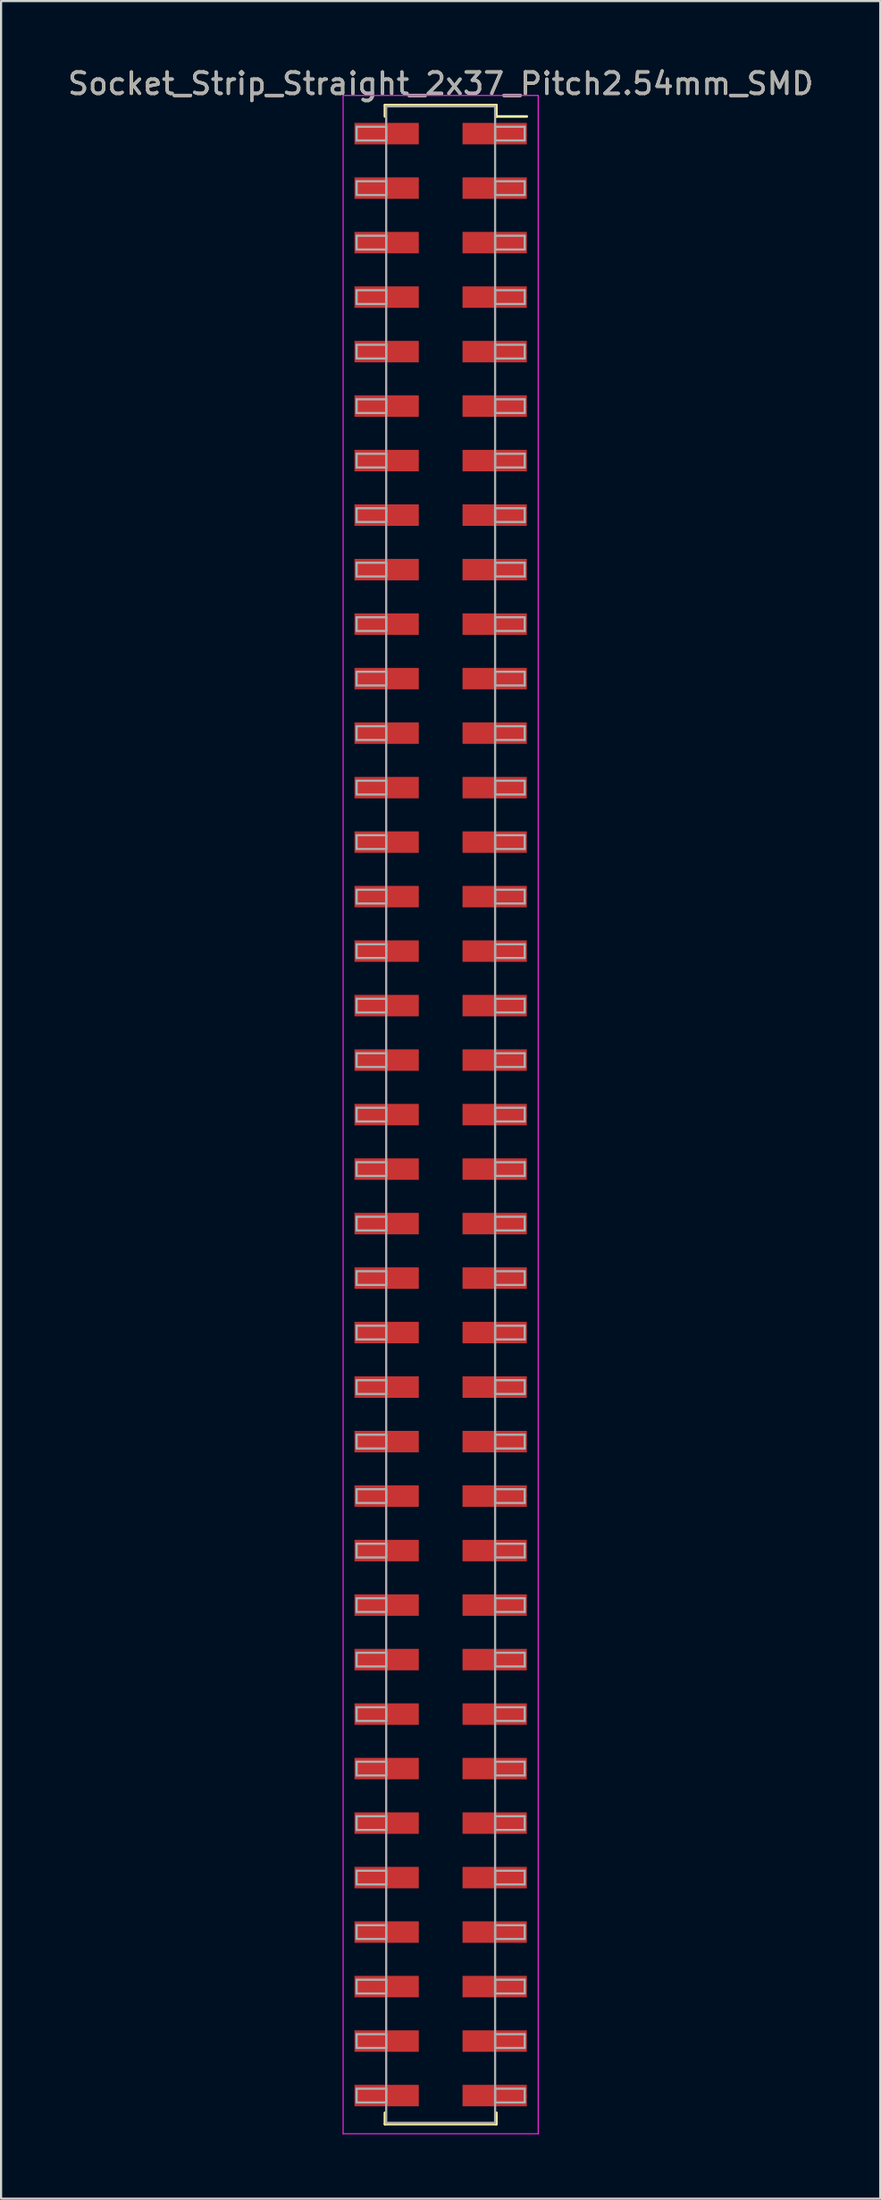
<source format=kicad_pcb>
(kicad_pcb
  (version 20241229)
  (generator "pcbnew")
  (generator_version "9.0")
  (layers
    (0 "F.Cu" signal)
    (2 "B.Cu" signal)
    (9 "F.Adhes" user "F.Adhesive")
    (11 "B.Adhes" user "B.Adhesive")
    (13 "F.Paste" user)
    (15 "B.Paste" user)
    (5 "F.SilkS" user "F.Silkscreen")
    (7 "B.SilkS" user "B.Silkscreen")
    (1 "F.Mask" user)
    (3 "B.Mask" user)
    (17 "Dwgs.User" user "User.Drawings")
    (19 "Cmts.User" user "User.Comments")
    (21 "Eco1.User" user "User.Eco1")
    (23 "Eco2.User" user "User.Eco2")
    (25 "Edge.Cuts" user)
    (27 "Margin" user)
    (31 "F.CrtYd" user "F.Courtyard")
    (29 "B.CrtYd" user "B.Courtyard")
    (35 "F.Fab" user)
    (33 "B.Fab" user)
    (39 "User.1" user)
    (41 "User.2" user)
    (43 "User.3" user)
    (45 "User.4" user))
  (footprint "Socket_Strip_Straight_2x37_Pitch2.54mm_SMD"
    (layer "F.Cu")
    (at 17.506 48.898)
    (property "Reference" "Socket_Strip_Straight_2x37_Pitch2.54mm_SMD" (at 0 -48.05 0) (layer "F.SilkS") (effects (font (size 1 1) (thickness 0.15))))
    (attr smd)
    (fp_line (start -2.6 -47.05) (end 2.6 -47.05) (stroke (width 0.12) (type solid)) (layer "F.SilkS"))
    (fp_line (start -2.6 -46.52) (end -2.6 -47.05) (stroke (width 0.12) (type solid)) (layer "F.SilkS"))
    (fp_line (start -2.6 46.52) (end -2.6 47.05) (stroke (width 0.12) (type solid)) (layer "F.SilkS"))
    (fp_line (start -2.6 47.05) (end 2.6 47.05) (stroke (width 0.12) (type solid)) (layer "F.SilkS"))
    (fp_line (start 2.6 -47.05) (end 2.6 -46.52) (stroke (width 0.12) (type solid)) (layer "F.SilkS"))
    (fp_line (start 2.6 47.05) (end 2.6 46.52) (stroke (width 0.12) (type solid)) (layer "F.SilkS"))
    (fp_line (start 4.02 -46.52) (end 2.6 -46.52) (stroke (width 0.12) (type solid)) (layer "F.SilkS"))
    (fp_line (start -4.55 -47.5) (end -4.55 47.5) (stroke (width 0.05) (type solid)) (layer "F.CrtYd"))
    (fp_line (start -4.55 47.5) (end 4.55 47.5) (stroke (width 0.05) (type solid)) (layer "F.CrtYd"))
    (fp_line (start 4.55 -47.5) (end -4.55 -47.5) (stroke (width 0.05) (type solid)) (layer "F.CrtYd"))
    (fp_line (start 4.55 47.5) (end 4.55 -47.5) (stroke (width 0.05) (type solid)) (layer "F.CrtYd"))
    (fp_line (start -3.92 -46.04) (end -2.54 -46.04) (stroke (width 0.1) (type solid)) (layer "F.Fab"))
    (fp_line (start -3.92 -45.4) (end -3.92 -46.04) (stroke (width 0.1) (type solid)) (layer "F.Fab"))
    (fp_line (start -3.92 -43.5) (end -2.54 -43.5) (stroke (width 0.1) (type solid)) (layer "F.Fab"))
    (fp_line (start -3.92 -42.86) (end -3.92 -43.5) (stroke (width 0.1) (type solid)) (layer "F.Fab"))
    (fp_line (start -3.92 -40.96) (end -2.54 -40.96) (stroke (width 0.1) (type solid)) (layer "F.Fab"))
    (fp_line (start -3.92 -40.32) (end -3.92 -40.96) (stroke (width 0.1) (type solid)) (layer "F.Fab"))
    (fp_line (start -3.92 -38.42) (end -2.54 -38.42) (stroke (width 0.1) (type solid)) (layer "F.Fab"))
    (fp_line (start -3.92 -37.78) (end -3.92 -38.42) (stroke (width 0.1) (type solid)) (layer "F.Fab"))
    (fp_line (start -3.92 -35.88) (end -2.54 -35.88) (stroke (width 0.1) (type solid)) (layer "F.Fab"))
    (fp_line (start -3.92 -35.24) (end -3.92 -35.88) (stroke (width 0.1) (type solid)) (layer "F.Fab"))
    (fp_line (start -3.92 -33.34) (end -2.54 -33.34) (stroke (width 0.1) (type solid)) (layer "F.Fab"))
    (fp_line (start -3.92 -32.7) (end -3.92 -33.34) (stroke (width 0.1) (type solid)) (layer "F.Fab"))
    (fp_line (start -3.92 -30.8) (end -2.54 -30.8) (stroke (width 0.1) (type solid)) (layer "F.Fab"))
    (fp_line (start -3.92 -30.16) (end -3.92 -30.8) (stroke (width 0.1) (type solid)) (layer "F.Fab"))
    (fp_line (start -3.92 -28.26) (end -2.54 -28.26) (stroke (width 0.1) (type solid)) (layer "F.Fab"))
    (fp_line (start -3.92 -27.62) (end -3.92 -28.26) (stroke (width 0.1) (type solid)) (layer "F.Fab"))
    (fp_line (start -3.92 -25.72) (end -2.54 -25.72) (stroke (width 0.1) (type solid)) (layer "F.Fab"))
    (fp_line (start -3.92 -25.08) (end -3.92 -25.72) (stroke (width 0.1) (type solid)) (layer "F.Fab"))
    (fp_line (start -3.92 -23.18) (end -2.54 -23.18) (stroke (width 0.1) (type solid)) (layer "F.Fab"))
    (fp_line (start -3.92 -22.54) (end -3.92 -23.18) (stroke (width 0.1) (type solid)) (layer "F.Fab"))
    (fp_line (start -3.92 -20.64) (end -2.54 -20.64) (stroke (width 0.1) (type solid)) (layer "F.Fab"))
    (fp_line (start -3.92 -20) (end -3.92 -20.64) (stroke (width 0.1) (type solid)) (layer "F.Fab"))
    (fp_line (start -3.92 -18.1) (end -2.54 -18.1) (stroke (width 0.1) (type solid)) (layer "F.Fab"))
    (fp_line (start -3.92 -17.46) (end -3.92 -18.1) (stroke (width 0.1) (type solid)) (layer "F.Fab"))
    (fp_line (start -3.92 -15.56) (end -2.54 -15.56) (stroke (width 0.1) (type solid)) (layer "F.Fab"))
    (fp_line (start -3.92 -14.92) (end -3.92 -15.56) (stroke (width 0.1) (type solid)) (layer "F.Fab"))
    (fp_line (start -3.92 -13.02) (end -2.54 -13.02) (stroke (width 0.1) (type solid)) (layer "F.Fab"))
    (fp_line (start -3.92 -12.38) (end -3.92 -13.02) (stroke (width 0.1) (type solid)) (layer "F.Fab"))
    (fp_line (start -3.92 -10.48) (end -2.54 -10.48) (stroke (width 0.1) (type solid)) (layer "F.Fab"))
    (fp_line (start -3.92 -9.84) (end -3.92 -10.48) (stroke (width 0.1) (type solid)) (layer "F.Fab"))
    (fp_line (start -3.92 -7.94) (end -2.54 -7.94) (stroke (width 0.1) (type solid)) (layer "F.Fab"))
    (fp_line (start -3.92 -7.3) (end -3.92 -7.94) (stroke (width 0.1) (type solid)) (layer "F.Fab"))
    (fp_line (start -3.92 -5.4) (end -2.54 -5.4) (stroke (width 0.1) (type solid)) (layer "F.Fab"))
    (fp_line (start -3.92 -4.76) (end -3.92 -5.4) (stroke (width 0.1) (type solid)) (layer "F.Fab"))
    (fp_line (start -3.92 -2.86) (end -2.54 -2.86) (stroke (width 0.1) (type solid)) (layer "F.Fab"))
    (fp_line (start -3.92 -2.22) (end -3.92 -2.86) (stroke (width 0.1) (type solid)) (layer "F.Fab"))
    (fp_line (start -3.92 -0.32) (end -2.54 -0.32) (stroke (width 0.1) (type solid)) (layer "F.Fab"))
    (fp_line (start -3.92 0.32) (end -3.92 -0.32) (stroke (width 0.1) (type solid)) (layer "F.Fab"))
    (fp_line (start -3.92 2.22) (end -2.54 2.22) (stroke (width 0.1) (type solid)) (layer "F.Fab"))
    (fp_line (start -3.92 2.86) (end -3.92 2.22) (stroke (width 0.1) (type solid)) (layer "F.Fab"))
    (fp_line (start -3.92 4.76) (end -2.54 4.76) (stroke (width 0.1) (type solid)) (layer "F.Fab"))
    (fp_line (start -3.92 5.4) (end -3.92 4.76) (stroke (width 0.1) (type solid)) (layer "F.Fab"))
    (fp_line (start -3.92 7.3) (end -2.54 7.3) (stroke (width 0.1) (type solid)) (layer "F.Fab"))
    (fp_line (start -3.92 7.94) (end -3.92 7.3) (stroke (width 0.1) (type solid)) (layer "F.Fab"))
    (fp_line (start -3.92 9.84) (end -2.54 9.84) (stroke (width 0.1) (type solid)) (layer "F.Fab"))
    (fp_line (start -3.92 10.48) (end -3.92 9.84) (stroke (width 0.1) (type solid)) (layer "F.Fab"))
    (fp_line (start -3.92 12.38) (end -2.54 12.38) (stroke (width 0.1) (type solid)) (layer "F.Fab"))
    (fp_line (start -3.92 13.02) (end -3.92 12.38) (stroke (width 0.1) (type solid)) (layer "F.Fab"))
    (fp_line (start -3.92 14.92) (end -2.54 14.92) (stroke (width 0.1) (type solid)) (layer "F.Fab"))
    (fp_line (start -3.92 15.56) (end -3.92 14.92) (stroke (width 0.1) (type solid)) (layer "F.Fab"))
    (fp_line (start -3.92 17.46) (end -2.54 17.46) (stroke (width 0.1) (type solid)) (layer "F.Fab"))
    (fp_line (start -3.92 18.1) (end -3.92 17.46) (stroke (width 0.1) (type solid)) (layer "F.Fab"))
    (fp_line (start -3.92 20) (end -2.54 20) (stroke (width 0.1) (type solid)) (layer "F.Fab"))
    (fp_line (start -3.92 20.64) (end -3.92 20) (stroke (width 0.1) (type solid)) (layer "F.Fab"))
    (fp_line (start -3.92 22.54) (end -2.54 22.54) (stroke (width 0.1) (type solid)) (layer "F.Fab"))
    (fp_line (start -3.92 23.18) (end -3.92 22.54) (stroke (width 0.1) (type solid)) (layer "F.Fab"))
    (fp_line (start -3.92 25.08) (end -2.54 25.08) (stroke (width 0.1) (type solid)) (layer "F.Fab"))
    (fp_line (start -3.92 25.72) (end -3.92 25.08) (stroke (width 0.1) (type solid)) (layer "F.Fab"))
    (fp_line (start -3.92 27.62) (end -2.54 27.62) (stroke (width 0.1) (type solid)) (layer "F.Fab"))
    (fp_line (start -3.92 28.26) (end -3.92 27.62) (stroke (width 0.1) (type solid)) (layer "F.Fab"))
    (fp_line (start -3.92 30.16) (end -2.54 30.16) (stroke (width 0.1) (type solid)) (layer "F.Fab"))
    (fp_line (start -3.92 30.8) (end -3.92 30.16) (stroke (width 0.1) (type solid)) (layer "F.Fab"))
    (fp_line (start -3.92 32.7) (end -2.54 32.7) (stroke (width 0.1) (type solid)) (layer "F.Fab"))
    (fp_line (start -3.92 33.34) (end -3.92 32.7) (stroke (width 0.1) (type solid)) (layer "F.Fab"))
    (fp_line (start -3.92 35.24) (end -2.54 35.24) (stroke (width 0.1) (type solid)) (layer "F.Fab"))
    (fp_line (start -3.92 35.88) (end -3.92 35.24) (stroke (width 0.1) (type solid)) (layer "F.Fab"))
    (fp_line (start -3.92 37.78) (end -2.54 37.78) (stroke (width 0.1) (type solid)) (layer "F.Fab"))
    (fp_line (start -3.92 38.42) (end -3.92 37.78) (stroke (width 0.1) (type solid)) (layer "F.Fab"))
    (fp_line (start -3.92 40.32) (end -2.54 40.32) (stroke (width 0.1) (type solid)) (layer "F.Fab"))
    (fp_line (start -3.92 40.96) (end -3.92 40.32) (stroke (width 0.1) (type solid)) (layer "F.Fab"))
    (fp_line (start -3.92 42.86) (end -2.54 42.86) (stroke (width 0.1) (type solid)) (layer "F.Fab"))
    (fp_line (start -3.92 43.5) (end -3.92 42.86) (stroke (width 0.1) (type solid)) (layer "F.Fab"))
    (fp_line (start -3.92 45.4) (end -2.54 45.4) (stroke (width 0.1) (type solid)) (layer "F.Fab"))
    (fp_line (start -3.92 46.04) (end -3.92 45.4) (stroke (width 0.1) (type solid)) (layer "F.Fab"))
    (fp_line (start -2.54 -46.99) (end -2.54 46.99) (stroke (width 0.1) (type solid)) (layer "F.Fab"))
    (fp_line (start -2.54 -46.04) (end -2.54 -45.4) (stroke (width 0.1) (type solid)) (layer "F.Fab"))
    (fp_line (start -2.54 -45.4) (end -3.92 -45.4) (stroke (width 0.1) (type solid)) (layer "F.Fab"))
    (fp_line (start -2.54 -43.5) (end -2.54 -42.86) (stroke (width 0.1) (type solid)) (layer "F.Fab"))
    (fp_line (start -2.54 -42.86) (end -3.92 -42.86) (stroke (width 0.1) (type solid)) (layer "F.Fab"))
    (fp_line (start -2.54 -40.96) (end -2.54 -40.32) (stroke (width 0.1) (type solid)) (layer "F.Fab"))
    (fp_line (start -2.54 -40.32) (end -3.92 -40.32) (stroke (width 0.1) (type solid)) (layer "F.Fab"))
    (fp_line (start -2.54 -38.42) (end -2.54 -37.78) (stroke (width 0.1) (type solid)) (layer "F.Fab"))
    (fp_line (start -2.54 -37.78) (end -3.92 -37.78) (stroke (width 0.1) (type solid)) (layer "F.Fab"))
    (fp_line (start -2.54 -35.88) (end -2.54 -35.24) (stroke (width 0.1) (type solid)) (layer "F.Fab"))
    (fp_line (start -2.54 -35.24) (end -3.92 -35.24) (stroke (width 0.1) (type solid)) (layer "F.Fab"))
    (fp_line (start -2.54 -33.34) (end -2.54 -32.7) (stroke (width 0.1) (type solid)) (layer "F.Fab"))
    (fp_line (start -2.54 -32.7) (end -3.92 -32.7) (stroke (width 0.1) (type solid)) (layer "F.Fab"))
    (fp_line (start -2.54 -30.8) (end -2.54 -30.16) (stroke (width 0.1) (type solid)) (layer "F.Fab"))
    (fp_line (start -2.54 -30.16) (end -3.92 -30.16) (stroke (width 0.1) (type solid)) (layer "F.Fab"))
    (fp_line (start -2.54 -28.26) (end -2.54 -27.62) (stroke (width 0.1) (type solid)) (layer "F.Fab"))
    (fp_line (start -2.54 -27.62) (end -3.92 -27.62) (stroke (width 0.1) (type solid)) (layer "F.Fab"))
    (fp_line (start -2.54 -25.72) (end -2.54 -25.08) (stroke (width 0.1) (type solid)) (layer "F.Fab"))
    (fp_line (start -2.54 -25.08) (end -3.92 -25.08) (stroke (width 0.1) (type solid)) (layer "F.Fab"))
    (fp_line (start -2.54 -23.18) (end -2.54 -22.54) (stroke (width 0.1) (type solid)) (layer "F.Fab"))
    (fp_line (start -2.54 -22.54) (end -3.92 -22.54) (stroke (width 0.1) (type solid)) (layer "F.Fab"))
    (fp_line (start -2.54 -20.64) (end -2.54 -20) (stroke (width 0.1) (type solid)) (layer "F.Fab"))
    (fp_line (start -2.54 -20) (end -3.92 -20) (stroke (width 0.1) (type solid)) (layer "F.Fab"))
    (fp_line (start -2.54 -18.1) (end -2.54 -17.46) (stroke (width 0.1) (type solid)) (layer "F.Fab"))
    (fp_line (start -2.54 -17.46) (end -3.92 -17.46) (stroke (width 0.1) (type solid)) (layer "F.Fab"))
    (fp_line (start -2.54 -15.56) (end -2.54 -14.92) (stroke (width 0.1) (type solid)) (layer "F.Fab"))
    (fp_line (start -2.54 -14.92) (end -3.92 -14.92) (stroke (width 0.1) (type solid)) (layer "F.Fab"))
    (fp_line (start -2.54 -13.02) (end -2.54 -12.38) (stroke (width 0.1) (type solid)) (layer "F.Fab"))
    (fp_line (start -2.54 -12.38) (end -3.92 -12.38) (stroke (width 0.1) (type solid)) (layer "F.Fab"))
    (fp_line (start -2.54 -10.48) (end -2.54 -9.84) (stroke (width 0.1) (type solid)) (layer "F.Fab"))
    (fp_line (start -2.54 -9.84) (end -3.92 -9.84) (stroke (width 0.1) (type solid)) (layer "F.Fab"))
    (fp_line (start -2.54 -7.94) (end -2.54 -7.3) (stroke (width 0.1) (type solid)) (layer "F.Fab"))
    (fp_line (start -2.54 -7.3) (end -3.92 -7.3) (stroke (width 0.1) (type solid)) (layer "F.Fab"))
    (fp_line (start -2.54 -5.4) (end -2.54 -4.76) (stroke (width 0.1) (type solid)) (layer "F.Fab"))
    (fp_line (start -2.54 -4.76) (end -3.92 -4.76) (stroke (width 0.1) (type solid)) (layer "F.Fab"))
    (fp_line (start -2.54 -2.86) (end -2.54 -2.22) (stroke (width 0.1) (type solid)) (layer "F.Fab"))
    (fp_line (start -2.54 -2.22) (end -3.92 -2.22) (stroke (width 0.1) (type solid)) (layer "F.Fab"))
    (fp_line (start -2.54 -0.32) (end -2.54 0.32) (stroke (width 0.1) (type solid)) (layer "F.Fab"))
    (fp_line (start -2.54 0.32) (end -3.92 0.32) (stroke (width 0.1) (type solid)) (layer "F.Fab"))
    (fp_line (start -2.54 2.22) (end -2.54 2.86) (stroke (width 0.1) (type solid)) (layer "F.Fab"))
    (fp_line (start -2.54 2.86) (end -3.92 2.86) (stroke (width 0.1) (type solid)) (layer "F.Fab"))
    (fp_line (start -2.54 4.76) (end -2.54 5.4) (stroke (width 0.1) (type solid)) (layer "F.Fab"))
    (fp_line (start -2.54 5.4) (end -3.92 5.4) (stroke (width 0.1) (type solid)) (layer "F.Fab"))
    (fp_line (start -2.54 7.3) (end -2.54 7.94) (stroke (width 0.1) (type solid)) (layer "F.Fab"))
    (fp_line (start -2.54 7.94) (end -3.92 7.94) (stroke (width 0.1) (type solid)) (layer "F.Fab"))
    (fp_line (start -2.54 9.84) (end -2.54 10.48) (stroke (width 0.1) (type solid)) (layer "F.Fab"))
    (fp_line (start -2.54 10.48) (end -3.92 10.48) (stroke (width 0.1) (type solid)) (layer "F.Fab"))
    (fp_line (start -2.54 12.38) (end -2.54 13.02) (stroke (width 0.1) (type solid)) (layer "F.Fab"))
    (fp_line (start -2.54 13.02) (end -3.92 13.02) (stroke (width 0.1) (type solid)) (layer "F.Fab"))
    (fp_line (start -2.54 14.92) (end -2.54 15.56) (stroke (width 0.1) (type solid)) (layer "F.Fab"))
    (fp_line (start -2.54 15.56) (end -3.92 15.56) (stroke (width 0.1) (type solid)) (layer "F.Fab"))
    (fp_line (start -2.54 17.46) (end -2.54 18.1) (stroke (width 0.1) (type solid)) (layer "F.Fab"))
    (fp_line (start -2.54 18.1) (end -3.92 18.1) (stroke (width 0.1) (type solid)) (layer "F.Fab"))
    (fp_line (start -2.54 20) (end -2.54 20.64) (stroke (width 0.1) (type solid)) (layer "F.Fab"))
    (fp_line (start -2.54 20.64) (end -3.92 20.64) (stroke (width 0.1) (type solid)) (layer "F.Fab"))
    (fp_line (start -2.54 22.54) (end -2.54 23.18) (stroke (width 0.1) (type solid)) (layer "F.Fab"))
    (fp_line (start -2.54 23.18) (end -3.92 23.18) (stroke (width 0.1) (type solid)) (layer "F.Fab"))
    (fp_line (start -2.54 25.08) (end -2.54 25.72) (stroke (width 0.1) (type solid)) (layer "F.Fab"))
    (fp_line (start -2.54 25.72) (end -3.92 25.72) (stroke (width 0.1) (type solid)) (layer "F.Fab"))
    (fp_line (start -2.54 27.62) (end -2.54 28.26) (stroke (width 0.1) (type solid)) (layer "F.Fab"))
    (fp_line (start -2.54 28.26) (end -3.92 28.26) (stroke (width 0.1) (type solid)) (layer "F.Fab"))
    (fp_line (start -2.54 30.16) (end -2.54 30.8) (stroke (width 0.1) (type solid)) (layer "F.Fab"))
    (fp_line (start -2.54 30.8) (end -3.92 30.8) (stroke (width 0.1) (type solid)) (layer "F.Fab"))
    (fp_line (start -2.54 32.7) (end -2.54 33.34) (stroke (width 0.1) (type solid)) (layer "F.Fab"))
    (fp_line (start -2.54 33.34) (end -3.92 33.34) (stroke (width 0.1) (type solid)) (layer "F.Fab"))
    (fp_line (start -2.54 35.24) (end -2.54 35.88) (stroke (width 0.1) (type solid)) (layer "F.Fab"))
    (fp_line (start -2.54 35.88) (end -3.92 35.88) (stroke (width 0.1) (type solid)) (layer "F.Fab"))
    (fp_line (start -2.54 37.78) (end -2.54 38.42) (stroke (width 0.1) (type solid)) (layer "F.Fab"))
    (fp_line (start -2.54 38.42) (end -3.92 38.42) (stroke (width 0.1) (type solid)) (layer "F.Fab"))
    (fp_line (start -2.54 40.32) (end -2.54 40.96) (stroke (width 0.1) (type solid)) (layer "F.Fab"))
    (fp_line (start -2.54 40.96) (end -3.92 40.96) (stroke (width 0.1) (type solid)) (layer "F.Fab"))
    (fp_line (start -2.54 42.86) (end -2.54 43.5) (stroke (width 0.1) (type solid)) (layer "F.Fab"))
    (fp_line (start -2.54 43.5) (end -3.92 43.5) (stroke (width 0.1) (type solid)) (layer "F.Fab"))
    (fp_line (start -2.54 45.4) (end -2.54 46.04) (stroke (width 0.1) (type solid)) (layer "F.Fab"))
    (fp_line (start -2.54 46.04) (end -3.92 46.04) (stroke (width 0.1) (type solid)) (layer "F.Fab"))
    (fp_line (start -2.54 46.99) (end 2.54 46.99) (stroke (width 0.1) (type solid)) (layer "F.Fab"))
    (fp_line (start 2.54 -46.99) (end -2.54 -46.99) (stroke (width 0.1) (type solid)) (layer "F.Fab"))
    (fp_line (start 2.54 -46.04) (end 2.54 -45.4) (stroke (width 0.1) (type solid)) (layer "F.Fab"))
    (fp_line (start 2.54 -45.4) (end 3.92 -45.4) (stroke (width 0.1) (type solid)) (layer "F.Fab"))
    (fp_line (start 2.54 -43.5) (end 2.54 -42.86) (stroke (width 0.1) (type solid)) (layer "F.Fab"))
    (fp_line (start 2.54 -42.86) (end 3.92 -42.86) (stroke (width 0.1) (type solid)) (layer "F.Fab"))
    (fp_line (start 2.54 -40.96) (end 2.54 -40.32) (stroke (width 0.1) (type solid)) (layer "F.Fab"))
    (fp_line (start 2.54 -40.32) (end 3.92 -40.32) (stroke (width 0.1) (type solid)) (layer "F.Fab"))
    (fp_line (start 2.54 -38.42) (end 2.54 -37.78) (stroke (width 0.1) (type solid)) (layer "F.Fab"))
    (fp_line (start 2.54 -37.78) (end 3.92 -37.78) (stroke (width 0.1) (type solid)) (layer "F.Fab"))
    (fp_line (start 2.54 -35.88) (end 2.54 -35.24) (stroke (width 0.1) (type solid)) (layer "F.Fab"))
    (fp_line (start 2.54 -35.24) (end 3.92 -35.24) (stroke (width 0.1) (type solid)) (layer "F.Fab"))
    (fp_line (start 2.54 -33.34) (end 2.54 -32.7) (stroke (width 0.1) (type solid)) (layer "F.Fab"))
    (fp_line (start 2.54 -32.7) (end 3.92 -32.7) (stroke (width 0.1) (type solid)) (layer "F.Fab"))
    (fp_line (start 2.54 -30.8) (end 2.54 -30.16) (stroke (width 0.1) (type solid)) (layer "F.Fab"))
    (fp_line (start 2.54 -30.16) (end 3.92 -30.16) (stroke (width 0.1) (type solid)) (layer "F.Fab"))
    (fp_line (start 2.54 -28.26) (end 2.54 -27.62) (stroke (width 0.1) (type solid)) (layer "F.Fab"))
    (fp_line (start 2.54 -27.62) (end 3.92 -27.62) (stroke (width 0.1) (type solid)) (layer "F.Fab"))
    (fp_line (start 2.54 -25.72) (end 2.54 -25.08) (stroke (width 0.1) (type solid)) (layer "F.Fab"))
    (fp_line (start 2.54 -25.08) (end 3.92 -25.08) (stroke (width 0.1) (type solid)) (layer "F.Fab"))
    (fp_line (start 2.54 -23.18) (end 2.54 -22.54) (stroke (width 0.1) (type solid)) (layer "F.Fab"))
    (fp_line (start 2.54 -22.54) (end 3.92 -22.54) (stroke (width 0.1) (type solid)) (layer "F.Fab"))
    (fp_line (start 2.54 -20.64) (end 2.54 -20) (stroke (width 0.1) (type solid)) (layer "F.Fab"))
    (fp_line (start 2.54 -20) (end 3.92 -20) (stroke (width 0.1) (type solid)) (layer "F.Fab"))
    (fp_line (start 2.54 -18.1) (end 2.54 -17.46) (stroke (width 0.1) (type solid)) (layer "F.Fab"))
    (fp_line (start 2.54 -17.46) (end 3.92 -17.46) (stroke (width 0.1) (type solid)) (layer "F.Fab"))
    (fp_line (start 2.54 -15.56) (end 2.54 -14.92) (stroke (width 0.1) (type solid)) (layer "F.Fab"))
    (fp_line (start 2.54 -14.92) (end 3.92 -14.92) (stroke (width 0.1) (type solid)) (layer "F.Fab"))
    (fp_line (start 2.54 -13.02) (end 2.54 -12.38) (stroke (width 0.1) (type solid)) (layer "F.Fab"))
    (fp_line (start 2.54 -12.38) (end 3.92 -12.38) (stroke (width 0.1) (type solid)) (layer "F.Fab"))
    (fp_line (start 2.54 -10.48) (end 2.54 -9.84) (stroke (width 0.1) (type solid)) (layer "F.Fab"))
    (fp_line (start 2.54 -9.84) (end 3.92 -9.84) (stroke (width 0.1) (type solid)) (layer "F.Fab"))
    (fp_line (start 2.54 -7.94) (end 2.54 -7.3) (stroke (width 0.1) (type solid)) (layer "F.Fab"))
    (fp_line (start 2.54 -7.3) (end 3.92 -7.3) (stroke (width 0.1) (type solid)) (layer "F.Fab"))
    (fp_line (start 2.54 -5.4) (end 2.54 -4.76) (stroke (width 0.1) (type solid)) (layer "F.Fab"))
    (fp_line (start 2.54 -4.76) (end 3.92 -4.76) (stroke (width 0.1) (type solid)) (layer "F.Fab"))
    (fp_line (start 2.54 -2.86) (end 2.54 -2.22) (stroke (width 0.1) (type solid)) (layer "F.Fab"))
    (fp_line (start 2.54 -2.22) (end 3.92 -2.22) (stroke (width 0.1) (type solid)) (layer "F.Fab"))
    (fp_line (start 2.54 -0.32) (end 2.54 0.32) (stroke (width 0.1) (type solid)) (layer "F.Fab"))
    (fp_line (start 2.54 0.32) (end 3.92 0.32) (stroke (width 0.1) (type solid)) (layer "F.Fab"))
    (fp_line (start 2.54 2.22) (end 2.54 2.86) (stroke (width 0.1) (type solid)) (layer "F.Fab"))
    (fp_line (start 2.54 2.86) (end 3.92 2.86) (stroke (width 0.1) (type solid)) (layer "F.Fab"))
    (fp_line (start 2.54 4.76) (end 2.54 5.4) (stroke (width 0.1) (type solid)) (layer "F.Fab"))
    (fp_line (start 2.54 5.4) (end 3.92 5.4) (stroke (width 0.1) (type solid)) (layer "F.Fab"))
    (fp_line (start 2.54 7.3) (end 2.54 7.94) (stroke (width 0.1) (type solid)) (layer "F.Fab"))
    (fp_line (start 2.54 7.94) (end 3.92 7.94) (stroke (width 0.1) (type solid)) (layer "F.Fab"))
    (fp_line (start 2.54 9.84) (end 2.54 10.48) (stroke (width 0.1) (type solid)) (layer "F.Fab"))
    (fp_line (start 2.54 10.48) (end 3.92 10.48) (stroke (width 0.1) (type solid)) (layer "F.Fab"))
    (fp_line (start 2.54 12.38) (end 2.54 13.02) (stroke (width 0.1) (type solid)) (layer "F.Fab"))
    (fp_line (start 2.54 13.02) (end 3.92 13.02) (stroke (width 0.1) (type solid)) (layer "F.Fab"))
    (fp_line (start 2.54 14.92) (end 2.54 15.56) (stroke (width 0.1) (type solid)) (layer "F.Fab"))
    (fp_line (start 2.54 15.56) (end 3.92 15.56) (stroke (width 0.1) (type solid)) (layer "F.Fab"))
    (fp_line (start 2.54 17.46) (end 2.54 18.1) (stroke (width 0.1) (type solid)) (layer "F.Fab"))
    (fp_line (start 2.54 18.1) (end 3.92 18.1) (stroke (width 0.1) (type solid)) (layer "F.Fab"))
    (fp_line (start 2.54 20) (end 2.54 20.64) (stroke (width 0.1) (type solid)) (layer "F.Fab"))
    (fp_line (start 2.54 20.64) (end 3.92 20.64) (stroke (width 0.1) (type solid)) (layer "F.Fab"))
    (fp_line (start 2.54 22.54) (end 2.54 23.18) (stroke (width 0.1) (type solid)) (layer "F.Fab"))
    (fp_line (start 2.54 23.18) (end 3.92 23.18) (stroke (width 0.1) (type solid)) (layer "F.Fab"))
    (fp_line (start 2.54 25.08) (end 2.54 25.72) (stroke (width 0.1) (type solid)) (layer "F.Fab"))
    (fp_line (start 2.54 25.72) (end 3.92 25.72) (stroke (width 0.1) (type solid)) (layer "F.Fab"))
    (fp_line (start 2.54 27.62) (end 2.54 28.26) (stroke (width 0.1) (type solid)) (layer "F.Fab"))
    (fp_line (start 2.54 28.26) (end 3.92 28.26) (stroke (width 0.1) (type solid)) (layer "F.Fab"))
    (fp_line (start 2.54 30.16) (end 2.54 30.8) (stroke (width 0.1) (type solid)) (layer "F.Fab"))
    (fp_line (start 2.54 30.8) (end 3.92 30.8) (stroke (width 0.1) (type solid)) (layer "F.Fab"))
    (fp_line (start 2.54 32.7) (end 2.54 33.34) (stroke (width 0.1) (type solid)) (layer "F.Fab"))
    (fp_line (start 2.54 33.34) (end 3.92 33.34) (stroke (width 0.1) (type solid)) (layer "F.Fab"))
    (fp_line (start 2.54 35.24) (end 2.54 35.88) (stroke (width 0.1) (type solid)) (layer "F.Fab"))
    (fp_line (start 2.54 35.88) (end 3.92 35.88) (stroke (width 0.1) (type solid)) (layer "F.Fab"))
    (fp_line (start 2.54 37.78) (end 2.54 38.42) (stroke (width 0.1) (type solid)) (layer "F.Fab"))
    (fp_line (start 2.54 38.42) (end 3.92 38.42) (stroke (width 0.1) (type solid)) (layer "F.Fab"))
    (fp_line (start 2.54 40.32) (end 2.54 40.96) (stroke (width 0.1) (type solid)) (layer "F.Fab"))
    (fp_line (start 2.54 40.96) (end 3.92 40.96) (stroke (width 0.1) (type solid)) (layer "F.Fab"))
    (fp_line (start 2.54 42.86) (end 2.54 43.5) (stroke (width 0.1) (type solid)) (layer "F.Fab"))
    (fp_line (start 2.54 43.5) (end 3.92 43.5) (stroke (width 0.1) (type solid)) (layer "F.Fab"))
    (fp_line (start 2.54 45.4) (end 2.54 46.04) (stroke (width 0.1) (type solid)) (layer "F.Fab"))
    (fp_line (start 2.54 46.04) (end 3.92 46.04) (stroke (width 0.1) (type solid)) (layer "F.Fab"))
    (fp_line (start 2.54 46.99) (end 2.54 -46.99) (stroke (width 0.1) (type solid)) (layer "F.Fab"))
    (fp_line (start 3.92 -46.04) (end 2.54 -46.04) (stroke (width 0.1) (type solid)) (layer "F.Fab"))
    (fp_line (start 3.92 -45.4) (end 3.92 -46.04) (stroke (width 0.1) (type solid)) (layer "F.Fab"))
    (fp_line (start 3.92 -43.5) (end 2.54 -43.5) (stroke (width 0.1) (type solid)) (layer "F.Fab"))
    (fp_line (start 3.92 -42.86) (end 3.92 -43.5) (stroke (width 0.1) (type solid)) (layer "F.Fab"))
    (fp_line (start 3.92 -40.96) (end 2.54 -40.96) (stroke (width 0.1) (type solid)) (layer "F.Fab"))
    (fp_line (start 3.92 -40.32) (end 3.92 -40.96) (stroke (width 0.1) (type solid)) (layer "F.Fab"))
    (fp_line (start 3.92 -38.42) (end 2.54 -38.42) (stroke (width 0.1) (type solid)) (layer "F.Fab"))
    (fp_line (start 3.92 -37.78) (end 3.92 -38.42) (stroke (width 0.1) (type solid)) (layer "F.Fab"))
    (fp_line (start 3.92 -35.88) (end 2.54 -35.88) (stroke (width 0.1) (type solid)) (layer "F.Fab"))
    (fp_line (start 3.92 -35.24) (end 3.92 -35.88) (stroke (width 0.1) (type solid)) (layer "F.Fab"))
    (fp_line (start 3.92 -33.34) (end 2.54 -33.34) (stroke (width 0.1) (type solid)) (layer "F.Fab"))
    (fp_line (start 3.92 -32.7) (end 3.92 -33.34) (stroke (width 0.1) (type solid)) (layer "F.Fab"))
    (fp_line (start 3.92 -30.8) (end 2.54 -30.8) (stroke (width 0.1) (type solid)) (layer "F.Fab"))
    (fp_line (start 3.92 -30.16) (end 3.92 -30.8) (stroke (width 0.1) (type solid)) (layer "F.Fab"))
    (fp_line (start 3.92 -28.26) (end 2.54 -28.26) (stroke (width 0.1) (type solid)) (layer "F.Fab"))
    (fp_line (start 3.92 -27.62) (end 3.92 -28.26) (stroke (width 0.1) (type solid)) (layer "F.Fab"))
    (fp_line (start 3.92 -25.72) (end 2.54 -25.72) (stroke (width 0.1) (type solid)) (layer "F.Fab"))
    (fp_line (start 3.92 -25.08) (end 3.92 -25.72) (stroke (width 0.1) (type solid)) (layer "F.Fab"))
    (fp_line (start 3.92 -23.18) (end 2.54 -23.18) (stroke (width 0.1) (type solid)) (layer "F.Fab"))
    (fp_line (start 3.92 -22.54) (end 3.92 -23.18) (stroke (width 0.1) (type solid)) (layer "F.Fab"))
    (fp_line (start 3.92 -20.64) (end 2.54 -20.64) (stroke (width 0.1) (type solid)) (layer "F.Fab"))
    (fp_line (start 3.92 -20) (end 3.92 -20.64) (stroke (width 0.1) (type solid)) (layer "F.Fab"))
    (fp_line (start 3.92 -18.1) (end 2.54 -18.1) (stroke (width 0.1) (type solid)) (layer "F.Fab"))
    (fp_line (start 3.92 -17.46) (end 3.92 -18.1) (stroke (width 0.1) (type solid)) (layer "F.Fab"))
    (fp_line (start 3.92 -15.56) (end 2.54 -15.56) (stroke (width 0.1) (type solid)) (layer "F.Fab"))
    (fp_line (start 3.92 -14.92) (end 3.92 -15.56) (stroke (width 0.1) (type solid)) (layer "F.Fab"))
    (fp_line (start 3.92 -13.02) (end 2.54 -13.02) (stroke (width 0.1) (type solid)) (layer "F.Fab"))
    (fp_line (start 3.92 -12.38) (end 3.92 -13.02) (stroke (width 0.1) (type solid)) (layer "F.Fab"))
    (fp_line (start 3.92 -10.48) (end 2.54 -10.48) (stroke (width 0.1) (type solid)) (layer "F.Fab"))
    (fp_line (start 3.92 -9.84) (end 3.92 -10.48) (stroke (width 0.1) (type solid)) (layer "F.Fab"))
    (fp_line (start 3.92 -7.94) (end 2.54 -7.94) (stroke (width 0.1) (type solid)) (layer "F.Fab"))
    (fp_line (start 3.92 -7.3) (end 3.92 -7.94) (stroke (width 0.1) (type solid)) (layer "F.Fab"))
    (fp_line (start 3.92 -5.4) (end 2.54 -5.4) (stroke (width 0.1) (type solid)) (layer "F.Fab"))
    (fp_line (start 3.92 -4.76) (end 3.92 -5.4) (stroke (width 0.1) (type solid)) (layer "F.Fab"))
    (fp_line (start 3.92 -2.86) (end 2.54 -2.86) (stroke (width 0.1) (type solid)) (layer "F.Fab"))
    (fp_line (start 3.92 -2.22) (end 3.92 -2.86) (stroke (width 0.1) (type solid)) (layer "F.Fab"))
    (fp_line (start 3.92 -0.32) (end 2.54 -0.32) (stroke (width 0.1) (type solid)) (layer "F.Fab"))
    (fp_line (start 3.92 0.32) (end 3.92 -0.32) (stroke (width 0.1) (type solid)) (layer "F.Fab"))
    (fp_line (start 3.92 2.22) (end 2.54 2.22) (stroke (width 0.1) (type solid)) (layer "F.Fab"))
    (fp_line (start 3.92 2.86) (end 3.92 2.22) (stroke (width 0.1) (type solid)) (layer "F.Fab"))
    (fp_line (start 3.92 4.76) (end 2.54 4.76) (stroke (width 0.1) (type solid)) (layer "F.Fab"))
    (fp_line (start 3.92 5.4) (end 3.92 4.76) (stroke (width 0.1) (type solid)) (layer "F.Fab"))
    (fp_line (start 3.92 7.3) (end 2.54 7.3) (stroke (width 0.1) (type solid)) (layer "F.Fab"))
    (fp_line (start 3.92 7.94) (end 3.92 7.3) (stroke (width 0.1) (type solid)) (layer "F.Fab"))
    (fp_line (start 3.92 9.84) (end 2.54 9.84) (stroke (width 0.1) (type solid)) (layer "F.Fab"))
    (fp_line (start 3.92 10.48) (end 3.92 9.84) (stroke (width 0.1) (type solid)) (layer "F.Fab"))
    (fp_line (start 3.92 12.38) (end 2.54 12.38) (stroke (width 0.1) (type solid)) (layer "F.Fab"))
    (fp_line (start 3.92 13.02) (end 3.92 12.38) (stroke (width 0.1) (type solid)) (layer "F.Fab"))
    (fp_line (start 3.92 14.92) (end 2.54 14.92) (stroke (width 0.1) (type solid)) (layer "F.Fab"))
    (fp_line (start 3.92 15.56) (end 3.92 14.92) (stroke (width 0.1) (type solid)) (layer "F.Fab"))
    (fp_line (start 3.92 17.46) (end 2.54 17.46) (stroke (width 0.1) (type solid)) (layer "F.Fab"))
    (fp_line (start 3.92 18.1) (end 3.92 17.46) (stroke (width 0.1) (type solid)) (layer "F.Fab"))
    (fp_line (start 3.92 20) (end 2.54 20) (stroke (width 0.1) (type solid)) (layer "F.Fab"))
    (fp_line (start 3.92 20.64) (end 3.92 20) (stroke (width 0.1) (type solid)) (layer "F.Fab"))
    (fp_line (start 3.92 22.54) (end 2.54 22.54) (stroke (width 0.1) (type solid)) (layer "F.Fab"))
    (fp_line (start 3.92 23.18) (end 3.92 22.54) (stroke (width 0.1) (type solid)) (layer "F.Fab"))
    (fp_line (start 3.92 25.08) (end 2.54 25.08) (stroke (width 0.1) (type solid)) (layer "F.Fab"))
    (fp_line (start 3.92 25.72) (end 3.92 25.08) (stroke (width 0.1) (type solid)) (layer "F.Fab"))
    (fp_line (start 3.92 27.62) (end 2.54 27.62) (stroke (width 0.1) (type solid)) (layer "F.Fab"))
    (fp_line (start 3.92 28.26) (end 3.92 27.62) (stroke (width 0.1) (type solid)) (layer "F.Fab"))
    (fp_line (start 3.92 30.16) (end 2.54 30.16) (stroke (width 0.1) (type solid)) (layer "F.Fab"))
    (fp_line (start 3.92 30.8) (end 3.92 30.16) (stroke (width 0.1) (type solid)) (layer "F.Fab"))
    (fp_line (start 3.92 32.7) (end 2.54 32.7) (stroke (width 0.1) (type solid)) (layer "F.Fab"))
    (fp_line (start 3.92 33.34) (end 3.92 32.7) (stroke (width 0.1) (type solid)) (layer "F.Fab"))
    (fp_line (start 3.92 35.24) (end 2.54 35.24) (stroke (width 0.1) (type solid)) (layer "F.Fab"))
    (fp_line (start 3.92 35.88) (end 3.92 35.24) (stroke (width 0.1) (type solid)) (layer "F.Fab"))
    (fp_line (start 3.92 37.78) (end 2.54 37.78) (stroke (width 0.1) (type solid)) (layer "F.Fab"))
    (fp_line (start 3.92 38.42) (end 3.92 37.78) (stroke (width 0.1) (type solid)) (layer "F.Fab"))
    (fp_line (start 3.92 40.32) (end 2.54 40.32) (stroke (width 0.1) (type solid)) (layer "F.Fab"))
    (fp_line (start 3.92 40.96) (end 3.92 40.32) (stroke (width 0.1) (type solid)) (layer "F.Fab"))
    (fp_line (start 3.92 42.86) (end 2.54 42.86) (stroke (width 0.1) (type solid)) (layer "F.Fab"))
    (fp_line (start 3.92 43.5) (end 3.92 42.86) (stroke (width 0.1) (type solid)) (layer "F.Fab"))
    (fp_line (start 3.92 45.4) (end 2.54 45.4) (stroke (width 0.1) (type solid)) (layer "F.Fab"))
    (fp_line (start 3.92 46.04) (end 3.92 45.4) (stroke (width 0.1) (type solid)) (layer "F.Fab"))
    (fp_text user "${REFERENCE}" (at 0 -48.05 0) (layer "F.Fab") (effects (font (size 1 1) (thickness 0.15))))
    (pad "1" smd rect (at 2.52 -45.72) (size 3 1) (layers "F.Cu" "F.Mask" "F.Paste"))
    (pad "2" smd rect (at -2.52 -45.72) (size 3 1) (layers "F.Cu" "F.Mask" "F.Paste"))
    (pad "3" smd rect (at 2.52 -43.18) (size 3 1) (layers "F.Cu" "F.Mask" "F.Paste"))
    (pad "4" smd rect (at -2.52 -43.18) (size 3 1) (layers "F.Cu" "F.Mask" "F.Paste"))
    (pad "5" smd rect (at 2.52 -40.64) (size 3 1) (layers "F.Cu" "F.Mask" "F.Paste"))
    (pad "6" smd rect (at -2.52 -40.64) (size 3 1) (layers "F.Cu" "F.Mask" "F.Paste"))
    (pad "7" smd rect (at 2.52 -38.1) (size 3 1) (layers "F.Cu" "F.Mask" "F.Paste"))
    (pad "8" smd rect (at -2.52 -38.1) (size 3 1) (layers "F.Cu" "F.Mask" "F.Paste"))
    (pad "9" smd rect (at 2.52 -35.56) (size 3 1) (layers "F.Cu" "F.Mask" "F.Paste"))
    (pad "10" smd rect (at -2.52 -35.56) (size 3 1) (layers "F.Cu" "F.Mask" "F.Paste"))
    (pad "11" smd rect (at 2.52 -33.02) (size 3 1) (layers "F.Cu" "F.Mask" "F.Paste"))
    (pad "12" smd rect (at -2.52 -33.02) (size 3 1) (layers "F.Cu" "F.Mask" "F.Paste"))
    (pad "13" smd rect (at 2.52 -30.48) (size 3 1) (layers "F.Cu" "F.Mask" "F.Paste"))
    (pad "14" smd rect (at -2.52 -30.48) (size 3 1) (layers "F.Cu" "F.Mask" "F.Paste"))
    (pad "15" smd rect (at 2.52 -27.94) (size 3 1) (layers "F.Cu" "F.Mask" "F.Paste"))
    (pad "16" smd rect (at -2.52 -27.94) (size 3 1) (layers "F.Cu" "F.Mask" "F.Paste"))
    (pad "17" smd rect (at 2.52 -25.4) (size 3 1) (layers "F.Cu" "F.Mask" "F.Paste"))
    (pad "18" smd rect (at -2.52 -25.4) (size 3 1) (layers "F.Cu" "F.Mask" "F.Paste"))
    (pad "19" smd rect (at 2.52 -22.86) (size 3 1) (layers "F.Cu" "F.Mask" "F.Paste"))
    (pad "20" smd rect (at -2.52 -22.86) (size 3 1) (layers "F.Cu" "F.Mask" "F.Paste"))
    (pad "21" smd rect (at 2.52 -20.32) (size 3 1) (layers "F.Cu" "F.Mask" "F.Paste"))
    (pad "22" smd rect (at -2.52 -20.32) (size 3 1) (layers "F.Cu" "F.Mask" "F.Paste"))
    (pad "23" smd rect (at 2.52 -17.78) (size 3 1) (layers "F.Cu" "F.Mask" "F.Paste"))
    (pad "24" smd rect (at -2.52 -17.78) (size 3 1) (layers "F.Cu" "F.Mask" "F.Paste"))
    (pad "25" smd rect (at 2.52 -15.24) (size 3 1) (layers "F.Cu" "F.Mask" "F.Paste"))
    (pad "26" smd rect (at -2.52 -15.24) (size 3 1) (layers "F.Cu" "F.Mask" "F.Paste"))
    (pad "27" smd rect (at 2.52 -12.7) (size 3 1) (layers "F.Cu" "F.Mask" "F.Paste"))
    (pad "28" smd rect (at -2.52 -12.7) (size 3 1) (layers "F.Cu" "F.Mask" "F.Paste"))
    (pad "29" smd rect (at 2.52 -10.16) (size 3 1) (layers "F.Cu" "F.Mask" "F.Paste"))
    (pad "30" smd rect (at -2.52 -10.16) (size 3 1) (layers "F.Cu" "F.Mask" "F.Paste"))
    (pad "31" smd rect (at 2.52 -7.62) (size 3 1) (layers "F.Cu" "F.Mask" "F.Paste"))
    (pad "32" smd rect (at -2.52 -7.62) (size 3 1) (layers "F.Cu" "F.Mask" "F.Paste"))
    (pad "33" smd rect (at 2.52 -5.08) (size 3 1) (layers "F.Cu" "F.Mask" "F.Paste"))
    (pad "34" smd rect (at -2.52 -5.08) (size 3 1) (layers "F.Cu" "F.Mask" "F.Paste"))
    (pad "35" smd rect (at 2.52 -2.54) (size 3 1) (layers "F.Cu" "F.Mask" "F.Paste"))
    (pad "36" smd rect (at -2.52 -2.54) (size 3 1) (layers "F.Cu" "F.Mask" "F.Paste"))
    (pad "37" smd rect (at 2.52 0) (size 3 1) (layers "F.Cu" "F.Mask" "F.Paste"))
    (pad "38" smd rect (at -2.52 0) (size 3 1) (layers "F.Cu" "F.Mask" "F.Paste"))
    (pad "39" smd rect (at 2.52 2.54) (size 3 1) (layers "F.Cu" "F.Mask" "F.Paste"))
    (pad "40" smd rect (at -2.52 2.54) (size 3 1) (layers "F.Cu" "F.Mask" "F.Paste"))
    (pad "41" smd rect (at 2.52 5.08) (size 3 1) (layers "F.Cu" "F.Mask" "F.Paste"))
    (pad "42" smd rect (at -2.52 5.08) (size 3 1) (layers "F.Cu" "F.Mask" "F.Paste"))
    (pad "43" smd rect (at 2.52 7.62) (size 3 1) (layers "F.Cu" "F.Mask" "F.Paste"))
    (pad "44" smd rect (at -2.52 7.62) (size 3 1) (layers "F.Cu" "F.Mask" "F.Paste"))
    (pad "45" smd rect (at 2.52 10.16) (size 3 1) (layers "F.Cu" "F.Mask" "F.Paste"))
    (pad "46" smd rect (at -2.52 10.16) (size 3 1) (layers "F.Cu" "F.Mask" "F.Paste"))
    (pad "47" smd rect (at 2.52 12.7) (size 3 1) (layers "F.Cu" "F.Mask" "F.Paste"))
    (pad "48" smd rect (at -2.52 12.7) (size 3 1) (layers "F.Cu" "F.Mask" "F.Paste"))
    (pad "49" smd rect (at 2.52 15.24) (size 3 1) (layers "F.Cu" "F.Mask" "F.Paste"))
    (pad "50" smd rect (at -2.52 15.24) (size 3 1) (layers "F.Cu" "F.Mask" "F.Paste"))
    (pad "51" smd rect (at 2.52 17.78) (size 3 1) (layers "F.Cu" "F.Mask" "F.Paste"))
    (pad "52" smd rect (at -2.52 17.78) (size 3 1) (layers "F.Cu" "F.Mask" "F.Paste"))
    (pad "53" smd rect (at 2.52 20.32) (size 3 1) (layers "F.Cu" "F.Mask" "F.Paste"))
    (pad "54" smd rect (at -2.52 20.32) (size 3 1) (layers "F.Cu" "F.Mask" "F.Paste"))
    (pad "55" smd rect (at 2.52 22.86) (size 3 1) (layers "F.Cu" "F.Mask" "F.Paste"))
    (pad "56" smd rect (at -2.52 22.86) (size 3 1) (layers "F.Cu" "F.Mask" "F.Paste"))
    (pad "57" smd rect (at 2.52 25.4) (size 3 1) (layers "F.Cu" "F.Mask" "F.Paste"))
    (pad "58" smd rect (at -2.52 25.4) (size 3 1) (layers "F.Cu" "F.Mask" "F.Paste"))
    (pad "59" smd rect (at 2.52 27.94) (size 3 1) (layers "F.Cu" "F.Mask" "F.Paste"))
    (pad "60" smd rect (at -2.52 27.94) (size 3 1) (layers "F.Cu" "F.Mask" "F.Paste"))
    (pad "61" smd rect (at 2.52 30.48) (size 3 1) (layers "F.Cu" "F.Mask" "F.Paste"))
    (pad "62" smd rect (at -2.52 30.48) (size 3 1) (layers "F.Cu" "F.Mask" "F.Paste"))
    (pad "63" smd rect (at 2.52 33.02) (size 3 1) (layers "F.Cu" "F.Mask" "F.Paste"))
    (pad "64" smd rect (at -2.52 33.02) (size 3 1) (layers "F.Cu" "F.Mask" "F.Paste"))
    (pad "65" smd rect (at 2.52 35.56) (size 3 1) (layers "F.Cu" "F.Mask" "F.Paste"))
    (pad "66" smd rect (at -2.52 35.56) (size 3 1) (layers "F.Cu" "F.Mask" "F.Paste"))
    (pad "67" smd rect (at 2.52 38.1) (size 3 1) (layers "F.Cu" "F.Mask" "F.Paste"))
    (pad "68" smd rect (at -2.52 38.1) (size 3 1) (layers "F.Cu" "F.Mask" "F.Paste"))
    (pad "69" smd rect (at 2.52 40.64) (size 3 1) (layers "F.Cu" "F.Mask" "F.Paste"))
    (pad "70" smd rect (at -2.52 40.64) (size 3 1) (layers "F.Cu" "F.Mask" "F.Paste"))
    (pad "71" smd rect (at 2.52 43.18) (size 3 1) (layers "F.Cu" "F.Mask" "F.Paste"))
    (pad "72" smd rect (at -2.52 43.18) (size 3 1) (layers "F.Cu" "F.Mask" "F.Paste"))
    (pad "73" smd rect (at 2.52 45.72) (size 3 1) (layers "F.Cu" "F.Mask" "F.Paste"))
    (pad "74" smd rect (at -2.52 45.72) (size 3 1) (layers "F.Cu" "F.Mask" "F.Paste")))
  (gr_rect
    (start -3 -3)
    (end 38.012 99.423)
    (stroke (width 0.1) (type default))
    (fill no)
    (layer "Edge.Cuts")))
</source>
